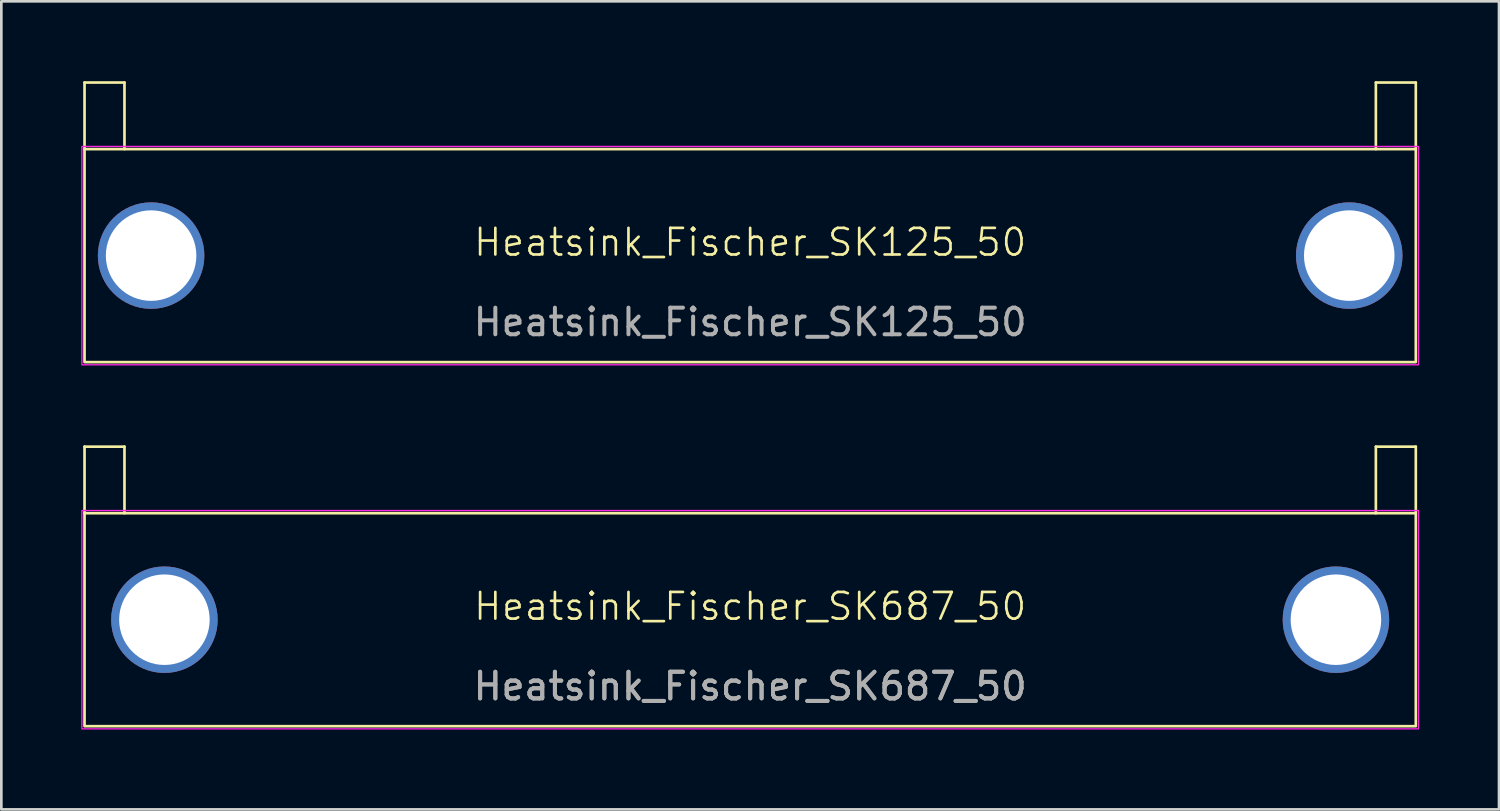
<source format=kicad_pcb>
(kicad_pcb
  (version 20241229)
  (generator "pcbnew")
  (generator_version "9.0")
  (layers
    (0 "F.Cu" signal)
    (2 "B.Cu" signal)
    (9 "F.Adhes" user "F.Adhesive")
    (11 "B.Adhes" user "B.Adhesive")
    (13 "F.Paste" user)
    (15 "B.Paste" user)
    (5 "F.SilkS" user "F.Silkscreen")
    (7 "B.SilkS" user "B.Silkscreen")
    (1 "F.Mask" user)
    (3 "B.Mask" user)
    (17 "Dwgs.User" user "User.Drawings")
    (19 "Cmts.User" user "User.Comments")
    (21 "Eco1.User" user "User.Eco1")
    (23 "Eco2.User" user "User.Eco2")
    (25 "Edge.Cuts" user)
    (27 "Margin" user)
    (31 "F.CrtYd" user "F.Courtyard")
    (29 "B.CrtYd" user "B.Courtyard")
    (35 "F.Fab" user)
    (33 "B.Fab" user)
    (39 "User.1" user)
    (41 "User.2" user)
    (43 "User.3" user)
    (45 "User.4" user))
  (footprint "Heatsink_Fischer_SK687_50"
    (layer "F.Cu")
    (at 25.125 20.225)
    (property "Reference" "Heatsink_Fischer_SK687_50" (at 0 -0.5 0) (unlocked yes) (layer "F.SilkS") (effects (font (size 1 1) (thickness 0.1))))
    (attr through_hole)
    (fp_line (start -25 -6.5) (end -23.5 -6.5) (stroke (width 0.1) (type default)) (layer "F.SilkS"))
    (fp_line (start -25 -4) (end -25 -6.5) (stroke (width 0.1) (type default)) (layer "F.SilkS"))
    (fp_line (start -23.5 -6.5) (end -23.5 -4) (stroke (width 0.1) (type default)) (layer "F.SilkS"))
    (fp_line (start 23.5 -6.5) (end 25 -6.5) (stroke (width 0.1) (type default)) (layer "F.SilkS"))
    (fp_line (start 23.5 -4) (end 23.5 -6.5) (stroke (width 0.1) (type default)) (layer "F.SilkS"))
    (fp_line (start 25 -6.5) (end 25 -4) (stroke (width 0.1) (type default)) (layer "F.SilkS"))
    (fp_rect (start -25 -4) (end 25 4) (stroke (width 0.1) (type default)) (fill no) (layer "F.SilkS"))
    (fp_rect (start -25.1 -4.1) (end 25.1 4.1) (stroke (width 0.05) (type default)) (fill no) (layer "F.CrtYd"))
    (fp_text user "${REFERENCE}" (at 0 2.5 0) (unlocked yes) (layer "F.Fab") (effects (font (size 1 1) (thickness 0.15))))
    (fp_text user "${REFERENCE}" (at 0 2.5 0) (unlocked yes) (layer "F.Fab") (effects (font (size 1 1) (thickness 0.15))))
    (pad "1" thru_hole circle (at -22 0) (size 4 4) (drill 3.4) (layers "*.Cu" "*.Mask"))
    (pad "2" thru_hole circle (at 22 0) (size 4 4) (drill 3.4) (layers "*.Cu" "*.Mask")))
  (footprint "Heatsink_Fischer_SK125_50"
    (layer "F.Cu")
    (at 25.125 6.55)
    (property "Reference" "Heatsink_Fischer_SK125_50" (at 0 -0.5 0) (unlocked yes) (layer "F.SilkS") (effects (font (size 1 1) (thickness 0.1))))
    (attr through_hole)
    (fp_line (start -25 -6.5) (end -23.5 -6.5) (stroke (width 0.1) (type default)) (layer "F.SilkS"))
    (fp_line (start -25 -4) (end -25 -6.5) (stroke (width 0.1) (type default)) (layer "F.SilkS"))
    (fp_line (start -23.5 -6.5) (end -23.5 -4) (stroke (width 0.1) (type default)) (layer "F.SilkS"))
    (fp_line (start 23.5 -6.5) (end 25 -6.5) (stroke (width 0.1) (type default)) (layer "F.SilkS"))
    (fp_line (start 23.5 -4) (end 23.5 -6.5) (stroke (width 0.1) (type default)) (layer "F.SilkS"))
    (fp_line (start 25 -6.5) (end 25 -4) (stroke (width 0.1) (type default)) (layer "F.SilkS"))
    (fp_rect (start -25 -4) (end 25 4) (stroke (width 0.1) (type default)) (fill no) (layer "F.SilkS"))
    (fp_rect (start -25.1 -4.1) (end 25.1 4.1) (stroke (width 0.05) (type default)) (fill no) (layer "F.CrtYd"))
    (fp_text user "${REFERENCE}" (at 0 2.5 0) (unlocked yes) (layer "F.Fab") (effects (font (size 1 1) (thickness 0.15))))
    (pad "1" thru_hole circle (at -22.5 0) (size 4 4) (drill 3.4) (layers "*.Cu" "*.Mask"))
    (pad "2" thru_hole circle (at 22.5 0) (size 4 4) (drill 3.4) (layers "*.Cu" "*.Mask")))
  (gr_rect
    (start -3 -3)
    (end 53.25 27.35)
    (stroke (width 0.1) (type default))
    (fill no)
    (layer "Edge.Cuts")))
</source>
